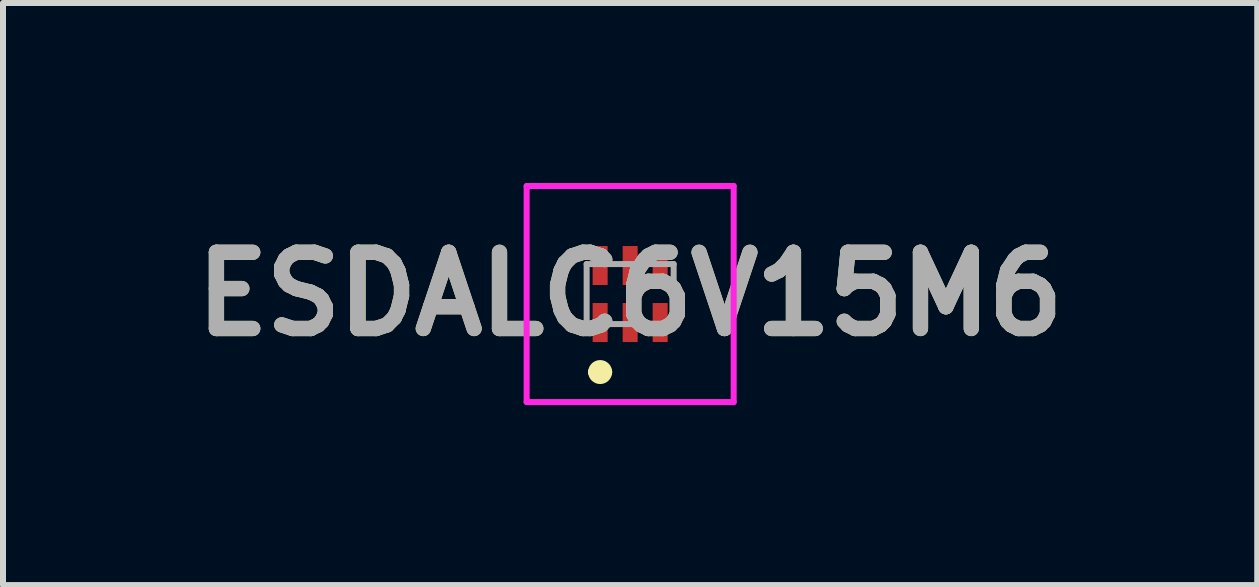
<source format=kicad_pcb>
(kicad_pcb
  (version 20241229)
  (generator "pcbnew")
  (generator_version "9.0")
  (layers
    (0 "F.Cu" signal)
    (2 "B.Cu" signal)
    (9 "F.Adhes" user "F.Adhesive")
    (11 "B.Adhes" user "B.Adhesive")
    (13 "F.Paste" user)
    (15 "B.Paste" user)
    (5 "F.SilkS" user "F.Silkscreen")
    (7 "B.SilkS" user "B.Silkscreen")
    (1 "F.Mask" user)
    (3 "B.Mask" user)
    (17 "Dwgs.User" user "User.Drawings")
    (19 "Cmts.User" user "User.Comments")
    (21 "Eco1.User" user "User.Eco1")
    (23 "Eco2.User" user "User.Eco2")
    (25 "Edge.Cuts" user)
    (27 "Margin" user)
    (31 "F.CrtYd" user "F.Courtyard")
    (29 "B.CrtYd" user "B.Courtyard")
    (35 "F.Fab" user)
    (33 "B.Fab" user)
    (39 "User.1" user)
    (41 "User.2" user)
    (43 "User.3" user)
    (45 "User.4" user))
  (footprint "ESDALC6V15M6"
    (layer "F.Cu")
    (at 7.451 1.85)
    (property "Reference" "ESDALC6V15M6" (at 0 0 0) (layer "F.SilkS") (effects (font (size 1.27 1.27) (thickness 0.254))))
    (attr smd)
    (fp_line (start -0.6 1.3) (end -0.6 1.3) (stroke (width 0.2) (type solid)) (layer "F.SilkS"))
    (fp_line (start -0.4 1.3) (end -0.4 1.3) (stroke (width 0.2) (type solid)) (layer "F.SilkS"))
    (fp_arc (start -0.6 1.3) (mid -0.5 1.2) (end -0.4 1.3) (stroke (width 0.2) (type solid)) (layer "F.SilkS"))
    (fp_arc (start -0.4 1.3) (mid -0.5 1.4) (end -0.6 1.3) (stroke (width 0.2) (type solid)) (layer "F.SilkS"))
    (fp_line (start -1.725 -1.8) (end 1.725 -1.8) (stroke (width 0.1) (type solid)) (layer "F.CrtYd"))
    (fp_line (start -1.725 1.8) (end -1.725 -1.8) (stroke (width 0.1) (type solid)) (layer "F.CrtYd"))
    (fp_line (start 1.725 -1.8) (end 1.725 1.8) (stroke (width 0.1) (type solid)) (layer "F.CrtYd"))
    (fp_line (start 1.725 1.8) (end -1.725 1.8) (stroke (width 0.1) (type solid)) (layer "F.CrtYd"))
    (fp_line (start -0.725 -0.5) (end 0.725 -0.5) (stroke (width 0.1) (type solid)) (layer "F.Fab"))
    (fp_line (start -0.725 0.5) (end -0.725 -0.5) (stroke (width 0.1) (type solid)) (layer "F.Fab"))
    (fp_line (start 0.725 -0.5) (end 0.725 0.5) (stroke (width 0.1) (type solid)) (layer "F.Fab"))
    (fp_line (start 0.725 0.5) (end -0.725 0.5) (stroke (width 0.1) (type solid)) (layer "F.Fab"))
    (fp_text user "${REFERENCE}" (at 0 0 0) (layer "F.Fab") (effects (font (size 1.27 1.27) (thickness 0.254))))
    (pad "1" smd rect (at -0.5 0.475) (size 0.25 0.65) (layers "F.Cu" "F.Mask" "F.Paste"))
    (pad "2" smd rect (at 0 0.475) (size 0.25 0.65) (layers "F.Cu" "F.Mask" "F.Paste"))
    (pad "3" smd rect (at 0.5 0.475) (size 0.25 0.65) (layers "F.Cu" "F.Mask" "F.Paste"))
    (pad "4" smd rect (at 0.5 -0.475) (size 0.25 0.65) (layers "F.Cu" "F.Mask" "F.Paste"))
    (pad "5" smd rect (at 0 -0.475) (size 0.25 0.65) (layers "F.Cu" "F.Mask" "F.Paste"))
    (pad "6" smd rect (at -0.5 -0.475) (size 0.25 0.65) (layers "F.Cu" "F.Mask" "F.Paste")))
  (gr_rect
    (start -3 -3)
    (end 17.901 6.7)
    (stroke (width 0.1) (type default))
    (fill no)
    (layer "Edge.Cuts")))
</source>
